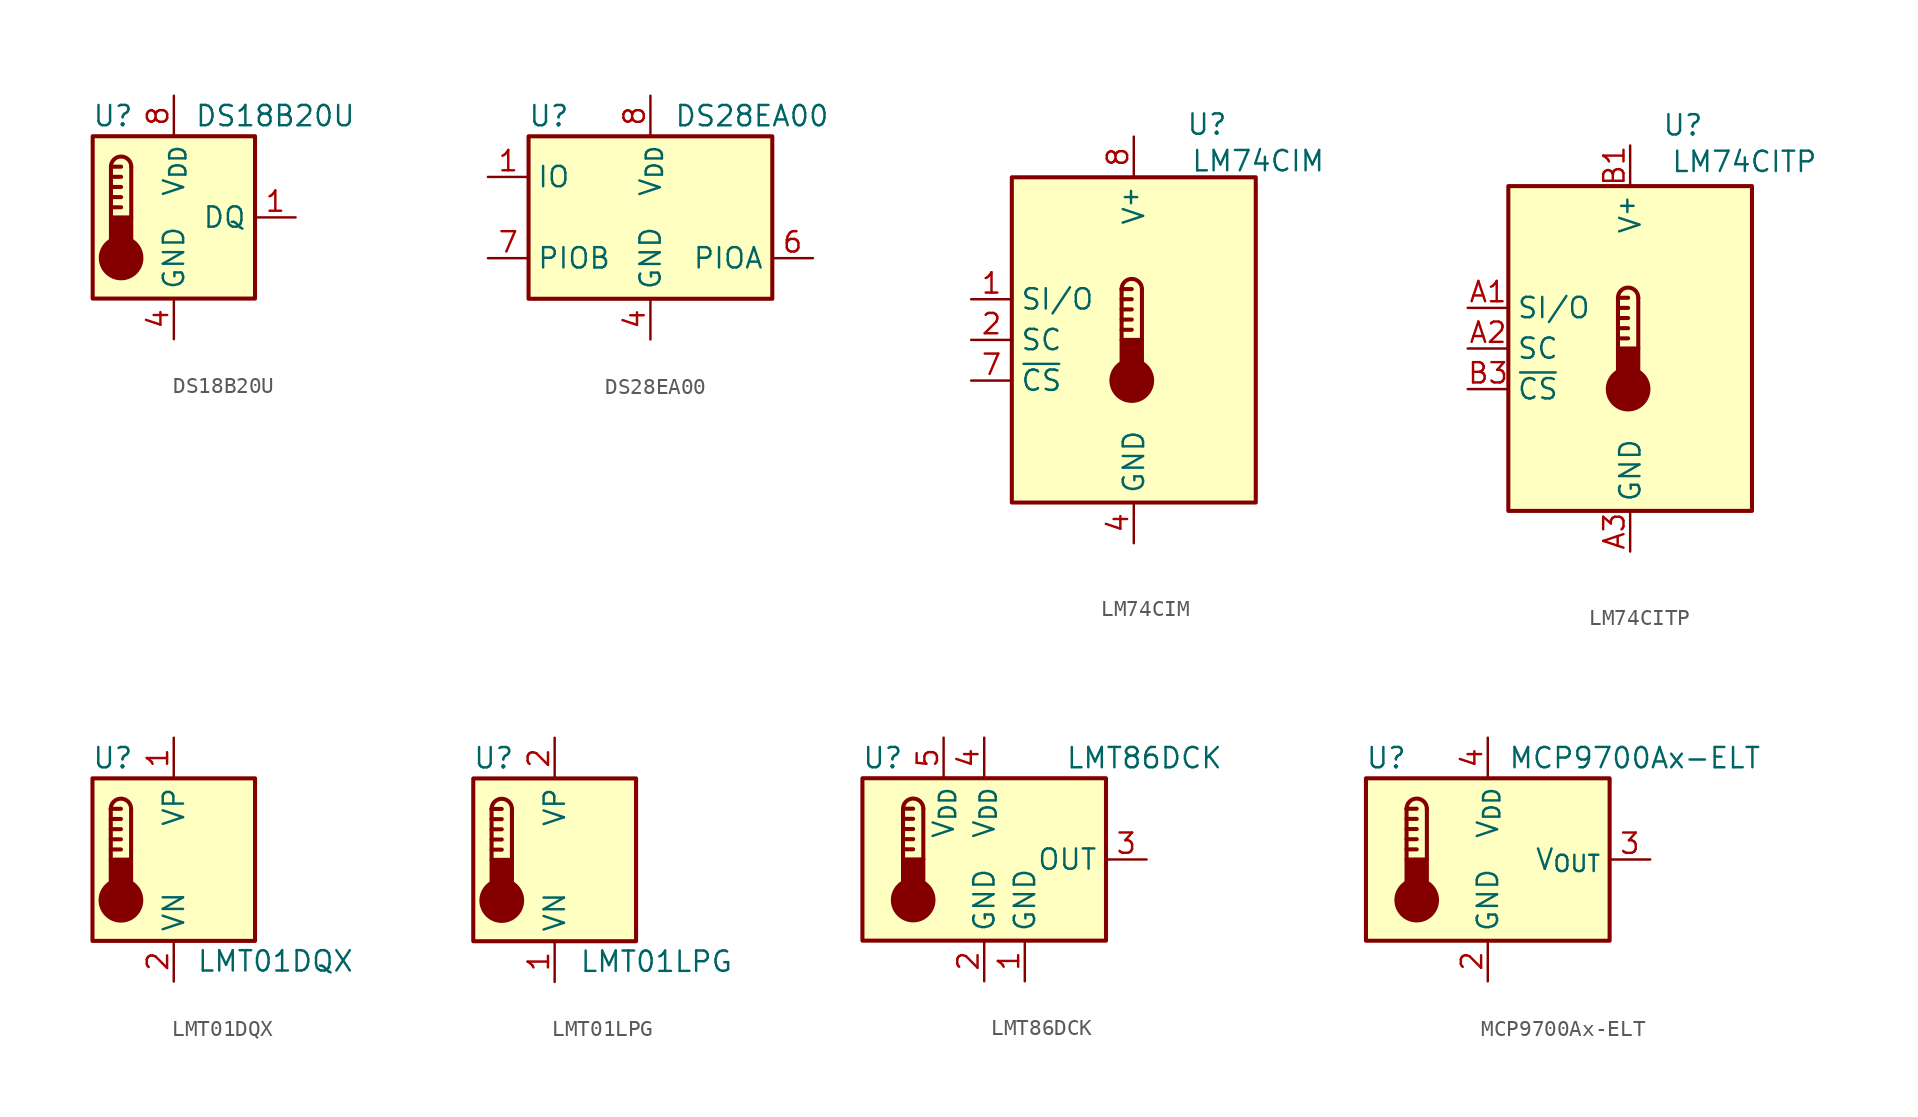
<source format=kicad_sym>
(kicad_symbol_lib
  (version 20241209)
  (generator "kicad_symbol_editor")
  (generator_version "9.0")
  (symbol "DS18B20U"
    (property "Reference" "U"
      (at -3.81 6.35 0)
      (effects (font (size 1.27 1.27))))
    (property "Value" "DS18B20U"
      (at 6.35 6.35 0)
      (effects (font (size 1.27 1.27))))
    (symbol "DS18B20U_0_1"
      (rectangle (start -5.08 5.08) (end 5.08 -5.08) (stroke (width 0.254) (type default)) (fill (type background)))
      (polyline (pts (xy -3.937 3.175) (xy -3.937 0)) (stroke (width 0.254) (type default)) (fill (type none)))
      (polyline (pts (xy -3.937 3.175) (xy -3.302 3.175)) (stroke (width 0.254) (type default)) (fill (type none)))
      (polyline (pts (xy -3.937 2.54) (xy -3.302 2.54)) (stroke (width 0.254) (type default)) (fill (type none)))
      (polyline (pts (xy -3.937 1.905) (xy -3.302 1.905)) (stroke (width 0.254) (type default)) (fill (type none)))
      (polyline (pts (xy -3.937 1.27) (xy -3.302 1.27)) (stroke (width 0.254) (type default)) (fill (type none)))
      (polyline (pts (xy -3.937 0.635) (xy -3.302 0.635)) (stroke (width 0.254) (type default)) (fill (type none)))
      (arc (start -3.937 3.175) (mid -3.302 3.8073) (end -2.667 3.175) (stroke (width 0.254) (type default)) (fill (type none)))
      (circle (center -3.302 -2.54) (radius 1.27) (stroke (width 0.254) (type default)) (fill (type outline)))
      (polyline (pts (xy -2.667 3.175) (xy -2.667 0)) (stroke (width 0.254) (type default)) (fill (type none)))
      (rectangle (start -2.667 -1.905) (end -3.937 0) (stroke (width 0.254) (type default)) (fill (type outline))))
    (symbol "DS18B20U_1_1"
      (pin no_connect line (at -5.08 2.54 0) (length 2.54) (hide yes) (name "NC" (effects (font (size 1.27 1.27)))) (number "2" (effects (font (size 1.27 1.27)))))
      (pin no_connect line (at -5.08 0 0) (length 2.54) (hide yes) (name "NC" (effects (font (size 1.27 1.27)))) (number "3" (effects (font (size 1.27 1.27)))))
      (pin no_connect line (at -5.08 -2.54 0) (length 2.54) (hide yes) (name "NC" (effects (font (size 1.27 1.27)))) (number "5" (effects (font (size 1.27 1.27)))))
      (pin power_in line (at 0 7.62 270) (length 2.54) (name "V_{DD}" (effects (font (size 1.27 1.27)))) (number "8" (effects (font (size 1.27 1.27)))))
      (pin power_in line (at 0 -7.62 90) (length 2.54) (name "GND" (effects (font (size 1.27 1.27)))) (number "4" (effects (font (size 1.27 1.27)))))
      (pin no_connect line (at 5.08 2.54 180) (length 2.54) (hide yes) (name "NC" (effects (font (size 1.27 1.27)))) (number "6" (effects (font (size 1.27 1.27)))))
      (pin no_connect line (at 5.08 -2.54 180) (length 2.54) (hide yes) (name "NC" (effects (font (size 1.27 1.27)))) (number "7" (effects (font (size 1.27 1.27)))))
      (pin bidirectional line (at 7.62 0 180) (length 2.54) (name "DQ" (effects (font (size 1.27 1.27)))) (number "1" (effects (font (size 1.27 1.27)))))))
  (symbol "DS28EA00"
    (property "Reference" "U"
      (at -6.35 6.35 0)
      (effects (font (size 1.27 1.27))))
    (property "Value" "DS28EA00"
      (at 6.35 6.35 0)
      (effects (font (size 1.27 1.27))))
    (symbol "DS28EA00_0_1"
      (rectangle (start -7.62 5.08) (end 7.62 -5.08) (stroke (width 0.254) (type default)) (fill (type background))))
    (symbol "DS28EA00_1_1"
      (pin bidirectional line (at -10.16 2.54 0) (length 2.54) (name "IO" (effects (font (size 1.27 1.27)))) (number "1" (effects (font (size 1.27 1.27)))))
      (pin bidirectional line (at -10.16 -2.54 0) (length 2.54) (name "PIOB" (effects (font (size 1.27 1.27)))) (number "7" (effects (font (size 1.27 1.27)))))
      (pin no_connect line (at -7.62 0 0) (length 2.54) (hide yes) (name "NC" (effects (font (size 1.27 1.27)))) (number "2" (effects (font (size 1.27 1.27)))))
      (pin power_in line (at 0 7.62 270) (length 2.54) (name "V_{DD}" (effects (font (size 1.27 1.27)))) (number "8" (effects (font (size 1.27 1.27)))))
      (pin power_in line (at 0 -7.62 90) (length 2.54) (name "GND" (effects (font (size 1.27 1.27)))) (number "4" (effects (font (size 1.27 1.27)))))
      (pin no_connect line (at 7.62 2.54 180) (length 2.54) (hide yes) (name "NC" (effects (font (size 1.27 1.27)))) (number "3" (effects (font (size 1.27 1.27)))))
      (pin no_connect line (at 7.62 0 180) (length 2.54) (hide yes) (name "NC" (effects (font (size 1.27 1.27)))) (number "5" (effects (font (size 1.27 1.27)))))
      (pin bidirectional line (at 10.16 -2.54 180) (length 2.54) (name "PIOA" (effects (font (size 1.27 1.27)))) (number "6" (effects (font (size 1.27 1.27)))))))
  (symbol "LM74CIM"
    (property "Reference" "U"
      (at 4.572 13.462 0)
      (effects (font (size 1.27 1.27))))
    (property "Value" "LM74CIM"
      (at 3.556 11.176 0)
      (effects (font (size 1.27 1.27)) (justify left)))
    (symbol "LM74CIM_0_1"
      (rectangle (start -7.62 10.16) (end 7.62 -10.16) (stroke (width 0.254) (type default)) (fill (type background)))
      (polyline (pts (xy -0.762 3.175) (xy -0.762 0)) (stroke (width 0.254) (type default)) (fill (type none)))
      (polyline (pts (xy -0.762 3.175) (xy -0.127 3.175)) (stroke (width 0.254) (type default)) (fill (type none)))
      (polyline (pts (xy -0.762 2.54) (xy -0.127 2.54)) (stroke (width 0.254) (type default)) (fill (type none)))
      (polyline (pts (xy -0.762 1.905) (xy -0.127 1.905)) (stroke (width 0.254) (type default)) (fill (type none)))
      (polyline (pts (xy -0.762 1.27) (xy -0.127 1.27)) (stroke (width 0.254) (type default)) (fill (type none)))
      (polyline (pts (xy -0.762 0.635) (xy -0.127 0.635)) (stroke (width 0.254) (type default)) (fill (type none)))
      (arc (start -0.762 3.175) (mid -0.127 3.8073) (end 0.508 3.175) (stroke (width 0.254) (type default)) (fill (type none)))
      (circle (center -0.127 -2.54) (radius 1.27) (stroke (width 0.254) (type default)) (fill (type outline)))
      (polyline (pts (xy 0.508 3.175) (xy 0.508 0)) (stroke (width 0.254) (type default)) (fill (type none)))
      (rectangle (start 0.508 -1.905) (end -0.762 0) (stroke (width 0.254) (type default)) (fill (type outline))))
    (symbol "LM74CIM_1_1"
      (pin bidirectional line (at -10.16 2.54 0) (length 2.54) (name "SI/O" (effects (font (size 1.27 1.27)))) (number "1" (effects (font (size 1.27 1.27)))))
      (pin input line (at -10.16 0 0) (length 2.54) (name "SC" (effects (font (size 1.27 1.27)))) (number "2" (effects (font (size 1.27 1.27)))))
      (pin input line (at -10.16 -2.54 0) (length 2.54) (name "~{CS}" (effects (font (size 1.27 1.27)))) (number "7" (effects (font (size 1.27 1.27)))))
      (pin power_in line (at 0 12.7 270) (length 2.54) (name "V^{+}" (effects (font (size 1.27 1.27)))) (number "8" (effects (font (size 1.27 1.27)))))
      (pin power_in line (at 0 -12.7 90) (length 2.54) (name "GND" (effects (font (size 1.27 1.27)))) (number "4" (effects (font (size 1.27 1.27)))))
      (pin no_connect line (at 7.62 2.54 180) (length 2.54) (hide yes) (name "NC" (effects (font (size 1.27 1.27)))) (number "3" (effects (font (size 1.27 1.27)))))
      (pin no_connect line (at 7.62 0 180) (length 2.54) (hide yes) (name "NC" (effects (font (size 1.27 1.27)))) (number "5" (effects (font (size 1.27 1.27)))))
      (pin no_connect line (at 7.62 -2.54 180) (length 2.54) (hide yes) (name "NC" (effects (font (size 1.27 1.27)))) (number "6" (effects (font (size 1.27 1.27)))))))
  (symbol "LM74CITP"
    (property "Reference" "U"
      (at 3.302 13.97 0)
      (effects (font (size 1.27 1.27))))
    (property "Value" "LM74CITP"
      (at 2.54 11.684 0)
      (effects (font (size 1.27 1.27)) (justify left)))
    (symbol "LM74CITP_0_1"
      (rectangle (start -7.62 10.16) (end 7.62 -10.16) (stroke (width 0.254) (type default)) (fill (type background)))
      (polyline (pts (xy -0.762 3.175) (xy -0.762 0)) (stroke (width 0.254) (type default)) (fill (type none)))
      (polyline (pts (xy -0.762 3.175) (xy -0.127 3.175)) (stroke (width 0.254) (type default)) (fill (type none)))
      (polyline (pts (xy -0.762 2.54) (xy -0.127 2.54)) (stroke (width 0.254) (type default)) (fill (type none)))
      (polyline (pts (xy -0.762 1.905) (xy -0.127 1.905)) (stroke (width 0.254) (type default)) (fill (type none)))
      (polyline (pts (xy -0.762 1.27) (xy -0.127 1.27)) (stroke (width 0.254) (type default)) (fill (type none)))
      (polyline (pts (xy -0.762 0.635) (xy -0.127 0.635)) (stroke (width 0.254) (type default)) (fill (type none)))
      (arc (start -0.762 3.175) (mid -0.127 3.8073) (end 0.508 3.175) (stroke (width 0.254) (type default)) (fill (type none)))
      (circle (center -0.127 -2.54) (radius 1.27) (stroke (width 0.254) (type default)) (fill (type outline)))
      (polyline (pts (xy 0.508 3.175) (xy 0.508 0)) (stroke (width 0.254) (type default)) (fill (type none)))
      (rectangle (start 0.508 -1.905) (end -0.762 0) (stroke (width 0.254) (type default)) (fill (type outline))))
    (symbol "LM74CITP_1_1"
      (pin bidirectional line (at -10.16 2.54 0) (length 2.54) (name "SI/O" (effects (font (size 1.27 1.27)))) (number "A1" (effects (font (size 1.27 1.27)))))
      (pin input line (at -10.16 0 0) (length 2.54) (name "SC" (effects (font (size 1.27 1.27)))) (number "A2" (effects (font (size 1.27 1.27)))))
      (pin input line (at -10.16 -2.54 0) (length 2.54) (name "~{CS}" (effects (font (size 1.27 1.27)))) (number "B3" (effects (font (size 1.27 1.27)))))
      (pin power_in line (at 0 12.7 270) (length 2.54) (name "V^{+}" (effects (font (size 1.27 1.27)))) (number "B1" (effects (font (size 1.27 1.27)))))
      (pin power_in line (at 0 -12.7 90) (length 2.54) (name "GND" (effects (font (size 1.27 1.27)))) (number "A3" (effects (font (size 1.27 1.27)))))))
  (symbol "LMT01DQX"
    (property "Reference" "U"
      (at -3.81 6.35 0)
      (effects (font (size 1.27 1.27))))
    (property "Value" "LMT01DQX"
      (at 6.35 -6.35 0)
      (effects (font (size 1.27 1.27))))
    (symbol "LMT01DQX_0_1"
      (polyline (pts (xy -3.937 3.175) (xy -3.937 0)) (stroke (width 0.254) (type default)) (fill (type none)))
      (polyline (pts (xy -3.937 3.175) (xy -3.302 3.175)) (stroke (width 0.254) (type default)) (fill (type none)))
      (polyline (pts (xy -3.937 2.54) (xy -3.302 2.54)) (stroke (width 0.254) (type default)) (fill (type none)))
      (polyline (pts (xy -3.937 1.905) (xy -3.302 1.905)) (stroke (width 0.254) (type default)) (fill (type none)))
      (polyline (pts (xy -3.937 1.27) (xy -3.302 1.27)) (stroke (width 0.254) (type default)) (fill (type none)))
      (polyline (pts (xy -3.937 0.635) (xy -3.302 0.635)) (stroke (width 0.254) (type default)) (fill (type none)))
      (arc (start -3.937 3.175) (mid -3.302 3.8073) (end -2.667 3.175) (stroke (width 0.254) (type default)) (fill (type none)))
      (circle (center -3.302 -2.54) (radius 1.27) (stroke (width 0.254) (type default)) (fill (type outline)))
      (polyline (pts (xy -2.667 3.175) (xy -2.667 0)) (stroke (width 0.254) (type default)) (fill (type none)))
      (rectangle (start -2.667 -1.905) (end -3.937 0) (stroke (width 0.254) (type default)) (fill (type outline))))
    (symbol "LMT01DQX_1_1"
      (rectangle (start -5.08 5.08) (end 5.08 -5.08) (stroke (width 0.254) (type default)) (fill (type background)))
      (pin bidirectional line (at 0 7.62 270) (length 2.54) (name "VP" (effects (font (size 1.27 1.27)))) (number "1" (effects (font (size 1.27 1.27)))))
      (pin bidirectional line (at 0 -7.62 90) (length 2.54) (name "VN" (effects (font (size 1.27 1.27)))) (number "2" (effects (font (size 1.27 1.27)))))))
  (symbol "LMT01LPG"
    (property "Reference" "U"
      (at -3.81 6.35 0)
      (effects (font (size 1.27 1.27))))
    (property "Value" "LMT01LPG"
      (at 6.35 -6.35 0)
      (effects (font (size 1.27 1.27))))
    (symbol "LMT01LPG_0_1"
      (polyline (pts (xy -3.937 3.175) (xy -3.937 0)) (stroke (width 0.254) (type default)) (fill (type none)))
      (polyline (pts (xy -3.937 3.175) (xy -3.302 3.175)) (stroke (width 0.254) (type default)) (fill (type none)))
      (polyline (pts (xy -3.937 2.54) (xy -3.302 2.54)) (stroke (width 0.254) (type default)) (fill (type none)))
      (polyline (pts (xy -3.937 1.905) (xy -3.302 1.905)) (stroke (width 0.254) (type default)) (fill (type none)))
      (polyline (pts (xy -3.937 1.27) (xy -3.302 1.27)) (stroke (width 0.254) (type default)) (fill (type none)))
      (polyline (pts (xy -3.937 0.635) (xy -3.302 0.635)) (stroke (width 0.254) (type default)) (fill (type none)))
      (arc (start -3.937 3.175) (mid -3.302 3.8073) (end -2.667 3.175) (stroke (width 0.254) (type default)) (fill (type none)))
      (circle (center -3.302 -2.54) (radius 1.27) (stroke (width 0.254) (type default)) (fill (type outline)))
      (polyline (pts (xy -2.667 3.175) (xy -2.667 0)) (stroke (width 0.254) (type default)) (fill (type none)))
      (rectangle (start -2.667 -1.905) (end -3.937 0) (stroke (width 0.254) (type default)) (fill (type outline))))
    (symbol "LMT01LPG_1_1"
      (rectangle (start -5.08 5.08) (end 5.08 -5.08) (stroke (width 0.254) (type default)) (fill (type background)))
      (pin bidirectional line (at 0 7.62 270) (length 2.54) (name "VP" (effects (font (size 1.27 1.27)))) (number "2" (effects (font (size 1.27 1.27)))))
      (pin bidirectional line (at 0 -7.62 90) (length 2.54) (name "VN" (effects (font (size 1.27 1.27)))) (number "1" (effects (font (size 1.27 1.27)))))))
  (symbol "LMT86DCK"
    (property "Reference" "U"
      (at -6.35 6.35 0)
      (effects (font (size 1.27 1.27))))
    (property "Value" "LMT86DCK"
      (at 5.08 6.35 0)
      (effects (font (size 1.27 1.27)) (justify left)))
    (symbol "LMT86DCK_0_1"
      (rectangle (start -7.62 5.08) (end 7.62 -5.08) (stroke (width 0.254) (type default)) (fill (type background)))
      (polyline (pts (xy -5.08 3.175) (xy -5.08 0)) (stroke (width 0.254) (type default)) (fill (type none)))
      (polyline (pts (xy -5.08 3.175) (xy -4.445 3.175)) (stroke (width 0.254) (type default)) (fill (type none)))
      (polyline (pts (xy -5.08 2.54) (xy -4.445 2.54)) (stroke (width 0.254) (type default)) (fill (type none)))
      (polyline (pts (xy -5.08 1.905) (xy -4.445 1.905)) (stroke (width 0.254) (type default)) (fill (type none)))
      (polyline (pts (xy -5.08 1.27) (xy -4.445 1.27)) (stroke (width 0.254) (type default)) (fill (type none)))
      (polyline (pts (xy -5.08 0.635) (xy -4.445 0.635)) (stroke (width 0.254) (type default)) (fill (type none)))
      (arc (start -5.08 3.175) (mid -4.445 3.8073) (end -3.81 3.175) (stroke (width 0.254) (type default)) (fill (type none)))
      (circle (center -4.445 -2.54) (radius 1.27) (stroke (width 0.254) (type default)) (fill (type outline)))
      (polyline (pts (xy -3.81 3.175) (xy -3.81 0)) (stroke (width 0.254) (type default)) (fill (type none)))
      (rectangle (start -3.81 -1.905) (end -5.08 0) (stroke (width 0.254) (type default)) (fill (type outline))))
    (symbol "LMT86DCK_1_1"
      (pin power_in line (at -2.54 7.62 270) (length 2.54) (name "V_{DD}" (effects (font (size 1.27 1.27)))) (number "5" (effects (font (size 1.27 1.27)))))
      (pin power_in line (at 0 7.62 270) (length 2.54) (name "V_{DD}" (effects (font (size 1.27 1.27)))) (number "4" (effects (font (size 1.27 1.27)))))
      (pin power_in line (at 0 -7.62 90) (length 2.54) (name "GND" (effects (font (size 1.27 1.27)))) (number "2" (effects (font (size 1.27 1.27)))))
      (pin power_in line (at 2.54 -7.62 90) (length 2.54) (name "GND" (effects (font (size 1.27 1.27)))) (number "1" (effects (font (size 1.27 1.27)))))
      (pin output line (at 10.16 0 180) (length 2.54) (name "OUT" (effects (font (size 1.27 1.27)))) (number "3" (effects (font (size 1.27 1.27)))))))
  (symbol "MCP9700Ax-ELT"
    (property "Reference" "U"
      (at -6.35 6.35 0)
      (effects (font (size 1.27 1.27))))
    (property "Value" "MCP9700Ax-ELT"
      (at 1.27 6.35 0)
      (effects (font (size 1.27 1.27)) (justify left)))
    (symbol "MCP9700Ax-ELT_0_1"
      (rectangle (start -7.62 5.08) (end 7.62 -5.08) (stroke (width 0.254) (type default)) (fill (type background)))
      (polyline (pts (xy -5.08 3.175) (xy -5.08 0)) (stroke (width 0.254) (type default)) (fill (type none)))
      (polyline (pts (xy -5.08 3.175) (xy -4.445 3.175)) (stroke (width 0.254) (type default)) (fill (type none)))
      (polyline (pts (xy -5.08 2.54) (xy -4.445 2.54)) (stroke (width 0.254) (type default)) (fill (type none)))
      (polyline (pts (xy -5.08 1.905) (xy -4.445 1.905)) (stroke (width 0.254) (type default)) (fill (type none)))
      (polyline (pts (xy -5.08 1.27) (xy -4.445 1.27)) (stroke (width 0.254) (type default)) (fill (type none)))
      (polyline (pts (xy -5.08 0.635) (xy -4.445 0.635)) (stroke (width 0.254) (type default)) (fill (type none)))
      (arc (start -5.08 3.175) (mid -4.445 3.8073) (end -3.81 3.175) (stroke (width 0.254) (type default)) (fill (type none)))
      (circle (center -4.445 -2.54) (radius 1.27) (stroke (width 0.254) (type default)) (fill (type outline)))
      (polyline (pts (xy -3.81 3.175) (xy -3.81 0)) (stroke (width 0.254) (type default)) (fill (type none)))
      (rectangle (start -3.81 -1.905) (end -5.08 0) (stroke (width 0.254) (type default)) (fill (type outline))))
    (symbol "MCP9700Ax-ELT_1_1"
      (pin power_in line (at 0 7.62 270) (length 2.54) (name "V_{DD}" (effects (font (size 1.27 1.27)))) (number "4" (effects (font (size 1.27 1.27)))))
      (pin power_in line (at 0 -7.62 90) (length 2.54) (name "GND" (effects (font (size 1.27 1.27)))) (number "2" (effects (font (size 1.27 1.27)))))
      (pin no_connect line (at 7.62 2.54 180) (length 2.54) (hide yes) (name "NC" (effects (font (size 1.27 1.27)))) (number "5" (effects (font (size 1.27 1.27)))))
      (pin no_connect line (at 7.62 -2.54 180) (length 2.54) (hide yes) (name "NC" (effects (font (size 1.27 1.27)))) (number "1" (effects (font (size 1.27 1.27)))))
      (pin output line (at 10.16 0 180) (length 2.54) (name "V_{OUT}" (effects (font (size 1.27 1.27)))) (number "3" (effects (font (size 1.27 1.27))))))))
</source>
